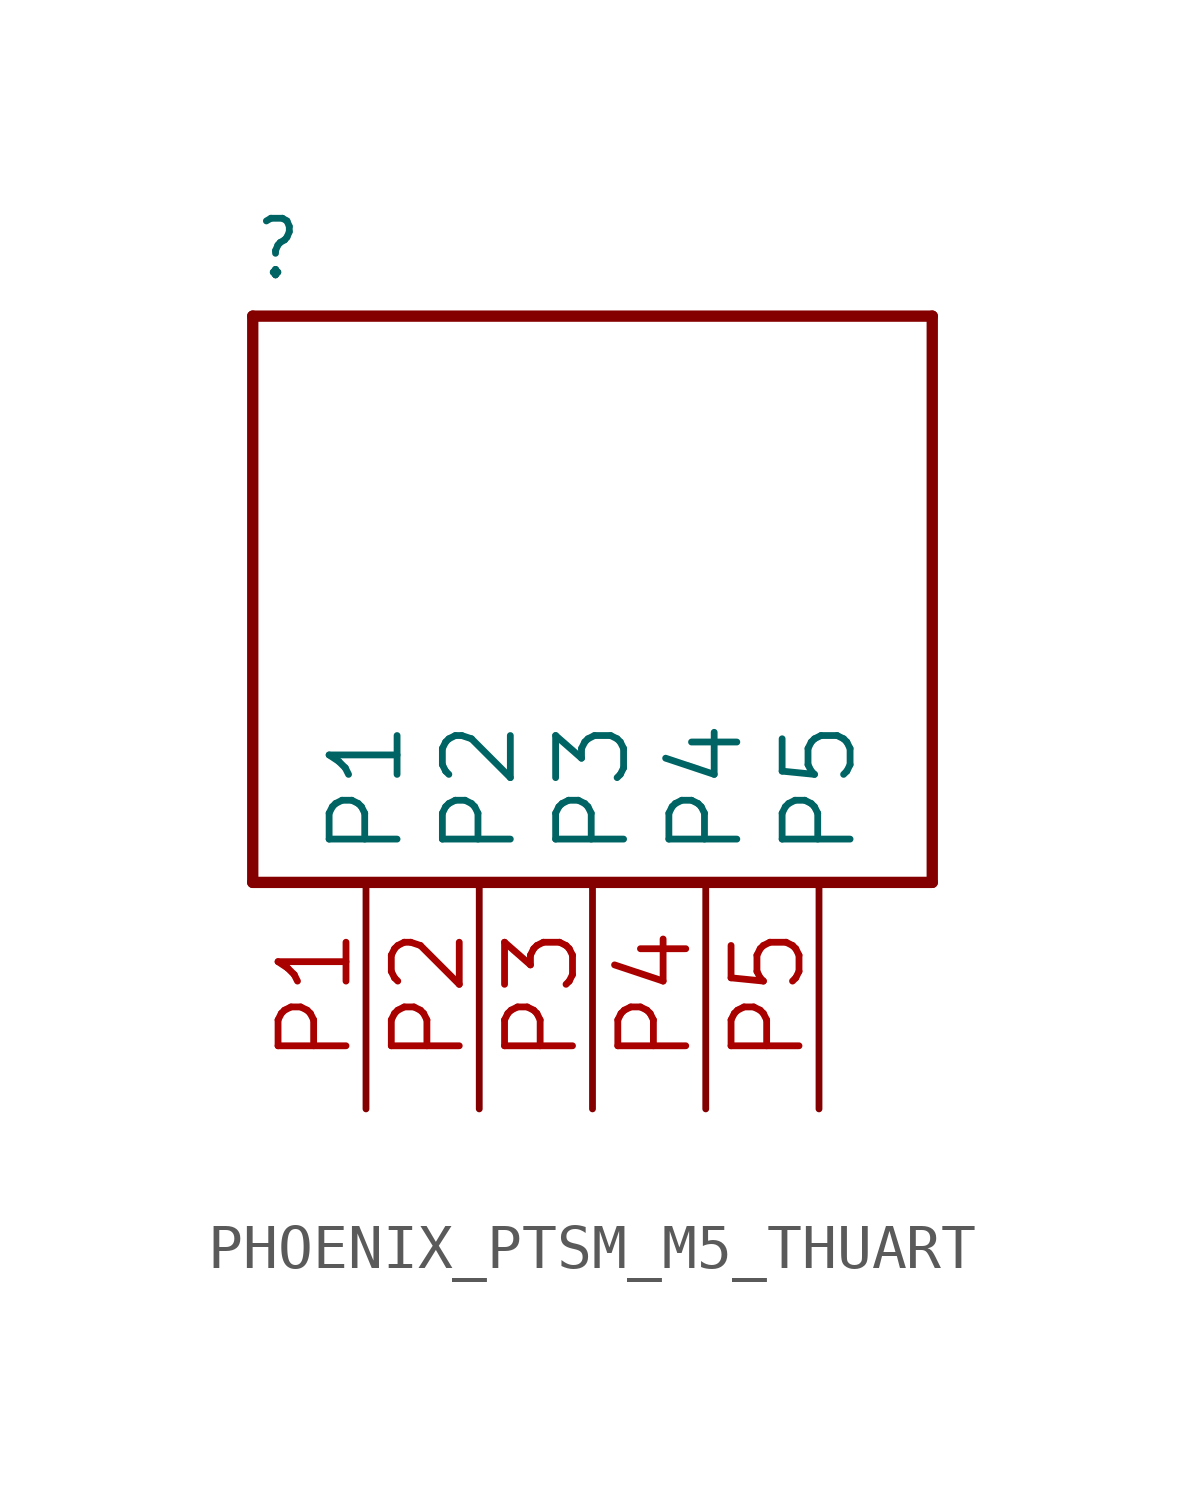
<source format=kicad_sym>
(kicad_symbol_lib
  (version 20241209)
  (generator "kicad_symbol_editor")
  (generator_version "9.0")
  (symbol "PHOENIX_PTSM_M5_THUART"
    (property "Reference" ""
      (at -7.62 10.922 0)
      (effects (font (size 1.27 1.079)) (justify left bottom)))
    (property "ki_locked" ""
      (at 0 0 0)
      (effects (font (size 1.27 1.27))))
    (symbol "PHOENIX_PTSM_M5_THUART_1_0"
      (polyline (pts (xy -7.62 10.16) (xy -7.62 -2.54)) (stroke (width 0.254) (type solid)) (fill (type none)))
      (polyline (pts (xy -7.62 -2.54) (xy 7.62 -2.54)) (stroke (width 0.254) (type solid)) (fill (type none)))
      (polyline (pts (xy 7.62 10.16) (xy -7.62 10.16)) (stroke (width 0.254) (type solid)) (fill (type none)))
      (polyline (pts (xy 7.62 -2.54) (xy 7.62 10.16)) (stroke (width 0.254) (type solid)) (fill (type none)))
      (pin power_in line (at -5.08 -7.62 90) (length 5.08) (name "P1" (effects (font (size 1.524 1.524)))) (number "P1" (effects (font (size 1.524 1.524)))))
      (pin power_in line (at -2.54 -7.62 90) (length 5.08) (name "P2" (effects (font (size 1.524 1.524)))) (number "P2" (effects (font (size 1.524 1.524)))))
      (pin power_in line (at 0 -7.62 90) (length 5.08) (name "P3" (effects (font (size 1.524 1.524)))) (number "P3" (effects (font (size 1.524 1.524)))))
      (pin bidirectional line (at 2.54 -7.62 90) (length 5.08) (name "P4" (effects (font (size 1.524 1.524)))) (number "P4" (effects (font (size 1.524 1.524)))))
      (pin bidirectional line (at 5.08 -7.62 90) (length 5.08) (name "P5" (effects (font (size 1.524 1.524)))) (number "P5" (effects (font (size 1.524 1.524))))))))
</source>
